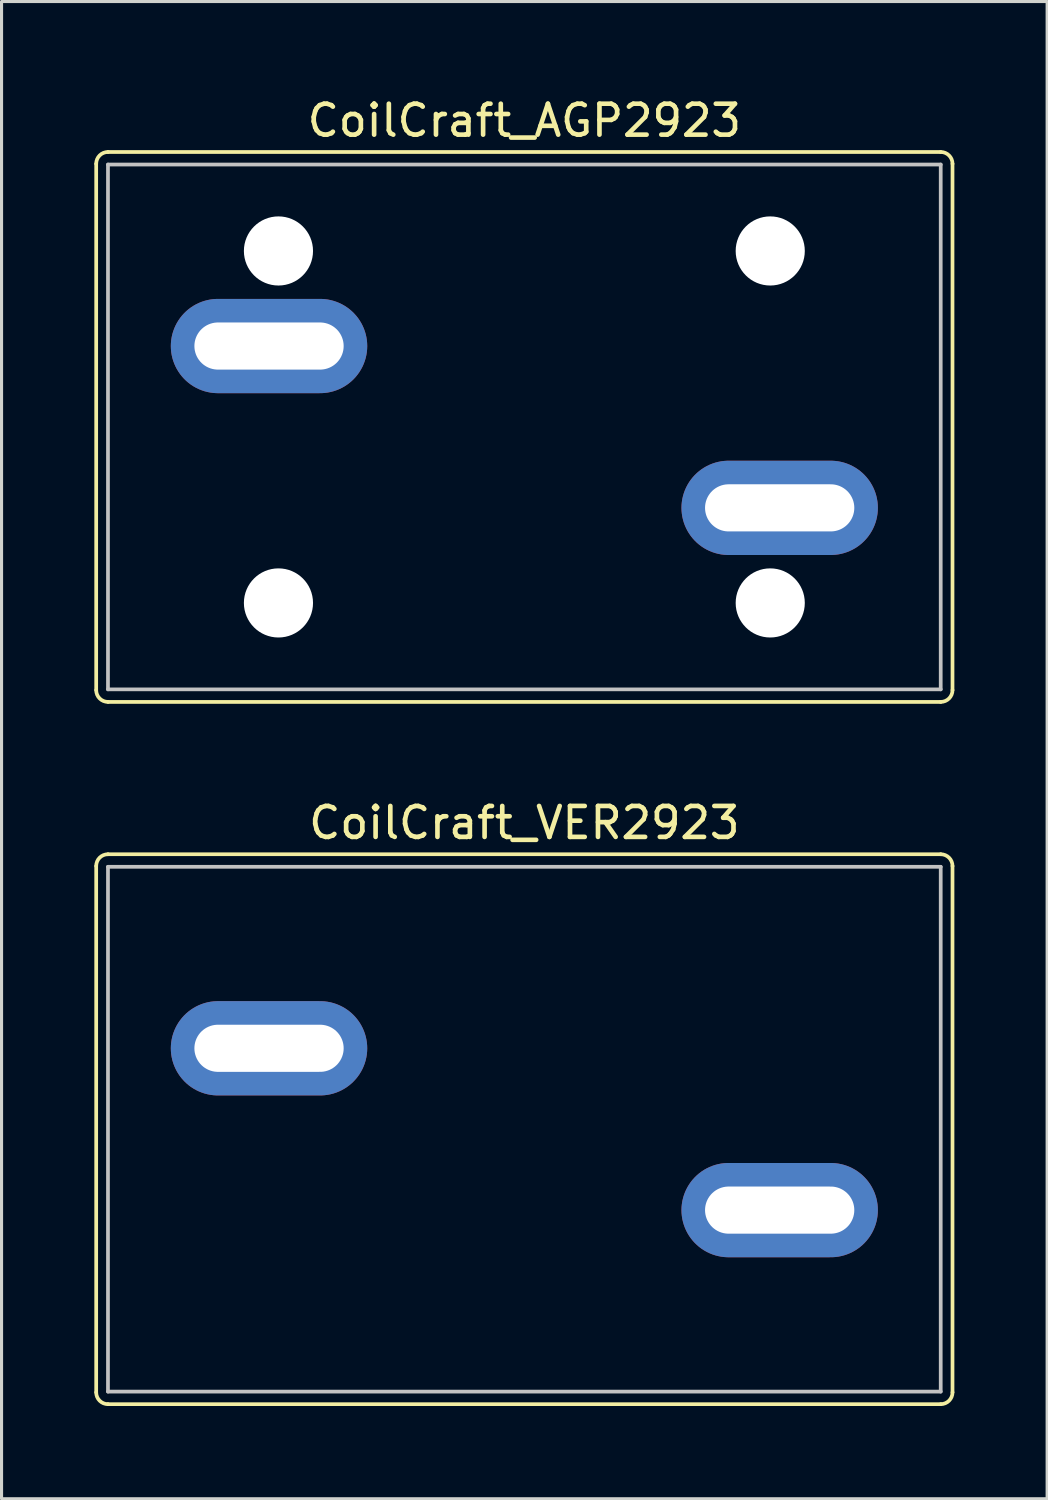
<source format=kicad_pcb>
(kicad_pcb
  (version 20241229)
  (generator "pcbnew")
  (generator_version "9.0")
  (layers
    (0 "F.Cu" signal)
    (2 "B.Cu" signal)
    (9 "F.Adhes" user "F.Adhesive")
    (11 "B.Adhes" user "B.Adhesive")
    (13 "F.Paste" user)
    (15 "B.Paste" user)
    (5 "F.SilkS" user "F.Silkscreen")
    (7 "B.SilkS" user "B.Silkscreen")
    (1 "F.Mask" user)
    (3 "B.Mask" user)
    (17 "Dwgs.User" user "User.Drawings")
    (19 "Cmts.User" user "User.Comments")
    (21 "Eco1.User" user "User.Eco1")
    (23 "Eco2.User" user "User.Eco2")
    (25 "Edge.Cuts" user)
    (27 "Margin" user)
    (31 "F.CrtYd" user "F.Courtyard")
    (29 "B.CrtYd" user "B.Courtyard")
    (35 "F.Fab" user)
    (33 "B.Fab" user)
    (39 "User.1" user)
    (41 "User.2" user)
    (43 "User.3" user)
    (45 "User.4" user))
  (footprint "CoilCraft_AGP2923"
    (layer "F.Cu")
    (at 13.903 10.754)
    (property "Reference" "CoilCraft_AGP2923" (at 0 -9.906 0) (layer "F.SilkS") (effects (font (size 1 1) (thickness 0.15))))
    (attr through_hole)
    (fp_line (start -13.843 -8.509) (end -13.843 8.509) (stroke (width 0.12) (type solid)) (layer "F.SilkS"))
    (fp_line (start -13.462 8.89) (end 13.462 8.89) (stroke (width 0.12) (type solid)) (layer "F.SilkS"))
    (fp_line (start 13.462 -8.89) (end -13.462 -8.89) (stroke (width 0.12) (type solid)) (layer "F.SilkS"))
    (fp_line (start 13.843 8.509) (end 13.843 -8.509) (stroke (width 0.12) (type solid)) (layer "F.SilkS"))
    (fp_arc (start -13.843 -8.509) (mid -13.731408 -8.778408) (end -13.462 -8.89) (stroke (width 0.12) (type solid)) (layer "F.SilkS"))
    (fp_arc (start -13.462 8.89) (mid -13.731408 8.778408) (end -13.843 8.509) (stroke (width 0.12) (type solid)) (layer "F.SilkS"))
    (fp_arc (start 13.462 -8.89) (mid 13.731408 -8.778408) (end 13.843 -8.509) (stroke (width 0.12) (type solid)) (layer "F.SilkS"))
    (fp_arc (start 13.843 8.509) (mid 13.731408 8.778408) (end 13.462 8.89) (stroke (width 0.12) (type solid)) (layer "F.SilkS"))
    (fp_line (start -13.462 -8.484) (end 13.462 -8.484) (stroke (width 0.12) (type solid)) (layer "Dwgs.User"))
    (fp_line (start -13.462 8.484) (end -13.462 -8.484) (stroke (width 0.12) (type solid)) (layer "Dwgs.User"))
    (fp_line (start 13.462 -8.484) (end 13.462 8.484) (stroke (width 0.12) (type solid)) (layer "Dwgs.User"))
    (fp_line (start 13.462 8.484) (end -13.462 8.484) (stroke (width 0.12) (type solid)) (layer "Dwgs.User"))
    (pad "" np_thru_hole circle (at -7.95 -5.69) (size 2.235 2.235) (drill 2.235) (layers "*.Cu" "*.Mask"))
    (pad "" np_thru_hole circle (at -7.95 5.69) (size 2.235 2.235) (drill 2.235) (layers "*.Cu" "*.Mask"))
    (pad "" np_thru_hole circle (at 7.95 -5.69) (size 2.235 2.235) (drill 2.235) (layers "*.Cu" "*.Mask"))
    (pad "" np_thru_hole circle (at 7.95 5.69) (size 2.235 2.235) (drill 2.235) (layers "*.Cu" "*.Mask"))
    (pad "1" thru_hole oval (at -8.255 -2.616) (size 6.35 3.048) (drill oval 4.826 1.524) (layers "*.Cu" "*.Mask"))
    (pad "2" thru_hole oval (at 8.255 2.616) (size 6.35 3.048) (drill oval 4.826 1.524) (layers "*.Cu" "*.Mask")))
  (footprint "CoilCraft_VER2923"
    (layer "F.Cu")
    (at 13.903 33.459)
    (property "Reference" "CoilCraft_VER2923" (at 0 -9.906 0) (layer "F.SilkS") (effects (font (size 1 1) (thickness 0.15))))
    (attr through_hole)
    (fp_line (start -13.843 -8.509) (end -13.843 8.509) (stroke (width 0.12) (type solid)) (layer "F.SilkS"))
    (fp_line (start -13.462 8.89) (end 13.462 8.89) (stroke (width 0.12) (type solid)) (layer "F.SilkS"))
    (fp_line (start 13.462 -8.89) (end -13.462 -8.89) (stroke (width 0.12) (type solid)) (layer "F.SilkS"))
    (fp_line (start 13.843 8.509) (end 13.843 -8.509) (stroke (width 0.12) (type solid)) (layer "F.SilkS"))
    (fp_arc (start -13.843 -8.509) (mid -13.731408 -8.778408) (end -13.462 -8.89) (stroke (width 0.12) (type solid)) (layer "F.SilkS"))
    (fp_arc (start -13.462 8.89) (mid -13.731408 8.778408) (end -13.843 8.509) (stroke (width 0.12) (type solid)) (layer "F.SilkS"))
    (fp_arc (start 13.462 -8.89) (mid 13.731408 -8.778408) (end 13.843 -8.509) (stroke (width 0.12) (type solid)) (layer "F.SilkS"))
    (fp_arc (start 13.843 8.509) (mid 13.731408 8.778408) (end 13.462 8.89) (stroke (width 0.12) (type solid)) (layer "F.SilkS"))
    (fp_line (start -13.462 -8.484) (end 13.462 -8.484) (stroke (width 0.12) (type solid)) (layer "Dwgs.User"))
    (fp_line (start -13.462 8.484) (end -13.462 -8.484) (stroke (width 0.12) (type solid)) (layer "Dwgs.User"))
    (fp_line (start 13.462 -8.484) (end 13.462 8.484) (stroke (width 0.12) (type solid)) (layer "Dwgs.User"))
    (fp_line (start 13.462 8.484) (end -13.462 8.484) (stroke (width 0.12) (type solid)) (layer "Dwgs.User"))
    (pad "1" thru_hole oval (at -8.255 -2.616) (size 6.35 3.048) (drill oval 4.826 1.524) (layers "*.Cu" "*.Mask"))
    (pad "2" thru_hole oval (at 8.255 2.616) (size 6.35 3.048) (drill oval 4.826 1.524) (layers "*.Cu" "*.Mask")))
  (gr_rect
    (start -3 -3)
    (end 30.806 45.408)
    (stroke (width 0.1) (type default))
    (fill no)
    (layer "Edge.Cuts")))
</source>
